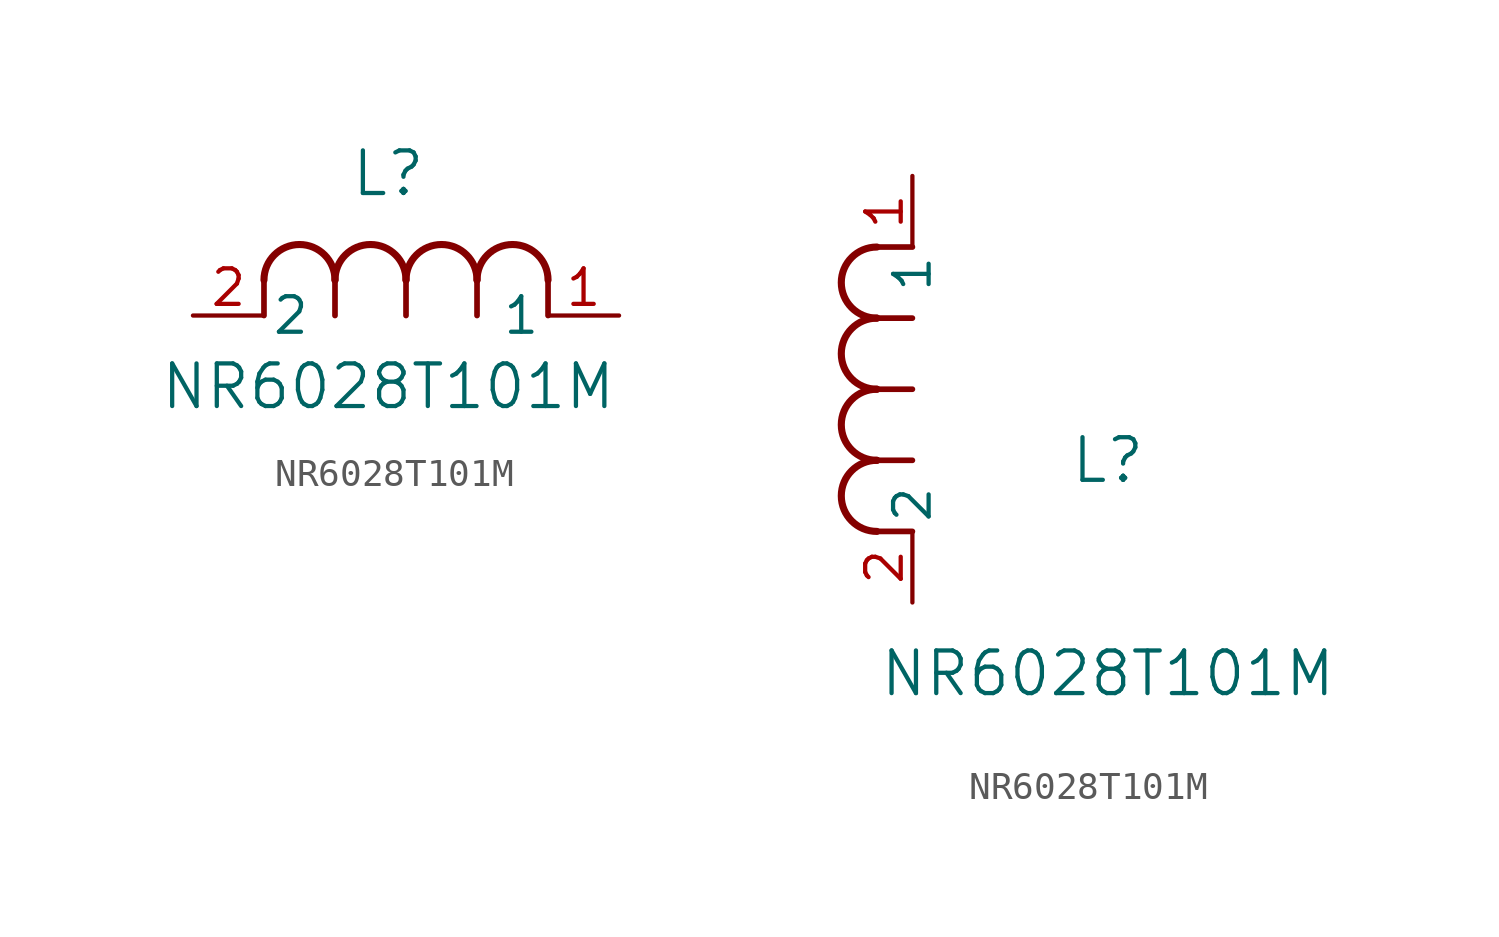
<source format=kicad_sym>
(kicad_symbol_lib
  (version 20211014)
  (generator kicad_symbol_editor)
  (symbol "NR6028T101M"
    (pin_names
      (offset 0.254))
    (property "Reference" "L"
      (at 6.985 5.08 0)
      (effects (font (size 1.524 1.524))))
    (property "Value" "NR6028T101M"
      (at 6.985 -2.54 0)
      (effects (font (size 1.524 1.524))))
    (symbol "NR6028T101M_1_1"
      (arc (start 7.62 1.27) (mid 6.35 2.54) (end 5.08 1.27) (stroke (width 0.254) (type default) (color 0 0 0 0)) (fill (type none)))
      (polyline (pts (xy 5.08 0) (xy 5.08 1.27)) (stroke (width 0.203) (type default) (color 0 0 0 0)) (fill (type none)))
      (polyline (pts (xy 7.62 0) (xy 7.62 1.27)) (stroke (width 0.203) (type default) (color 0 0 0 0)) (fill (type none)))
      (polyline (pts (xy 12.7 0) (xy 12.7 1.27)) (stroke (width 0.203) (type default) (color 0 0 0 0)) (fill (type none)))
      (arc (start 5.08 1.27) (mid 3.81 2.54) (end 2.54 1.27) (stroke (width 0.254) (type default) (color 0 0 0 0)) (fill (type none)))
      (arc (start 10.16 1.27) (mid 8.89 2.54) (end 7.62 1.27) (stroke (width 0.254) (type default) (color 0 0 0 0)) (fill (type none)))
      (arc (start 12.7 1.27) (mid 11.43 2.54) (end 10.16 1.27) (stroke (width 0.254) (type default) (color 0 0 0 0)) (fill (type none)))
      (polyline (pts (xy 2.54 0) (xy 2.54 1.27)) (stroke (width 0.203) (type default) (color 0 0 0 0)) (fill (type none)))
      (polyline (pts (xy 10.16 0) (xy 10.16 1.27)) (stroke (width 0.203) (type default) (color 0 0 0 0)) (fill (type none)))
      (pin unspecified line (at 0 0 0) (length 2.54) (name "2" (effects (font (size 1.27 1.27)))) (number "2" (effects (font (size 1.27 1.27)))))
      (pin unspecified line (at 15.24 0 180) (length 2.54) (name "1" (effects (font (size 1.27 1.27)))) (number "1" (effects (font (size 1.27 1.27))))))
    (symbol "NR6028T101M_1_2"
      (arc (start -1.27 7.62) (mid -2.54 6.35) (end -1.27 5.08) (stroke (width 0.254) (type default) (color 0 0 0 0)) (fill (type none)))
      (arc (start -1.27 5.08) (mid -2.54 3.81) (end -1.27 2.54) (stroke (width 0.254) (type default) (color 0 0 0 0)) (fill (type none)))
      (arc (start -1.27 12.7) (mid -2.54 11.43) (end -1.27 10.16) (stroke (width 0.254) (type default) (color 0 0 0 0)) (fill (type none)))
      (arc (start -1.27 10.16) (mid -2.54 8.89) (end -1.27 7.62) (stroke (width 0.254) (type default) (color 0 0 0 0)) (fill (type none)))
      (polyline (pts (xy 0 7.62) (xy -1.27 7.62)) (stroke (width 0.203) (type default) (color 0 0 0 0)) (fill (type none)))
      (polyline (pts (xy 0 5.08) (xy -1.27 5.08)) (stroke (width 0.203) (type default) (color 0 0 0 0)) (fill (type none)))
      (polyline (pts (xy 0 12.7) (xy -1.27 12.7)) (stroke (width 0.203) (type default) (color 0 0 0 0)) (fill (type none)))
      (polyline (pts (xy 0 2.54) (xy -1.27 2.54)) (stroke (width 0.203) (type default) (color 0 0 0 0)) (fill (type none)))
      (polyline (pts (xy 0 10.16) (xy -1.27 10.16)) (stroke (width 0.203) (type default) (color 0 0 0 0)) (fill (type none)))
      (pin unspecified line (at 0 0 90) (length 2.54) (name "2" (effects (font (size 1.27 1.27)))) (number "2" (effects (font (size 1.27 1.27)))))
      (pin unspecified line (at 0 15.24 270) (length 2.54) (name "1" (effects (font (size 1.27 1.27)))) (number "1" (effects (font (size 1.27 1.27))))))))
</source>
